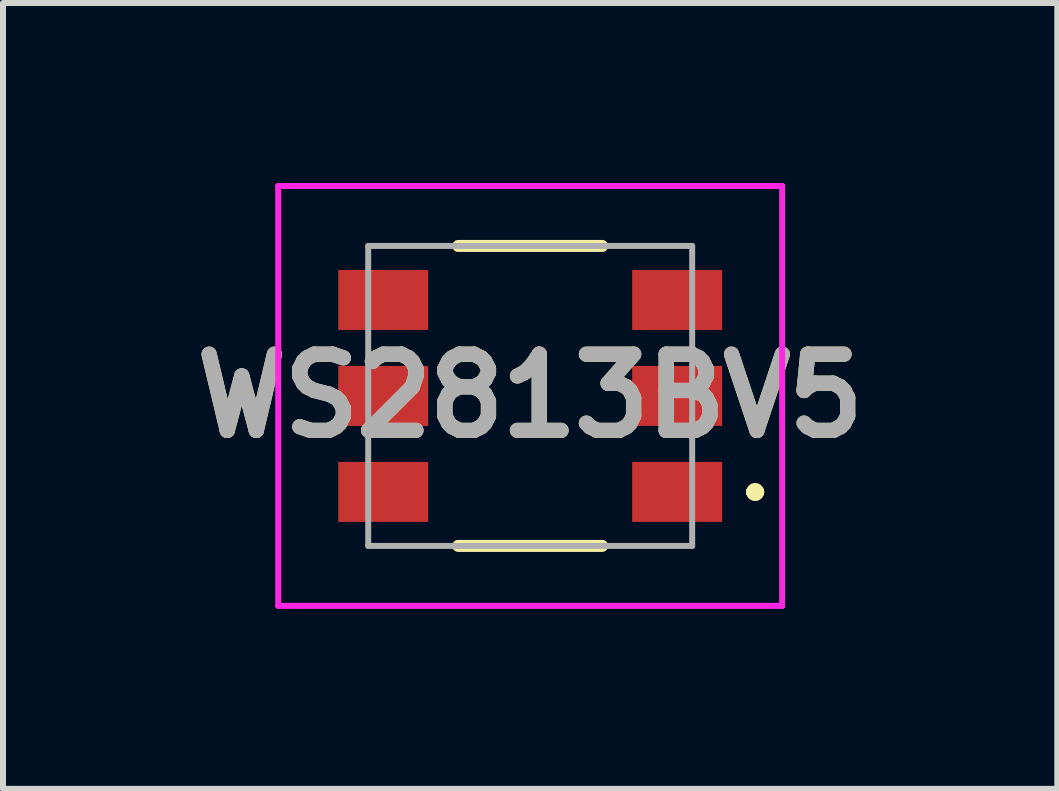
<source format=kicad_pcb>
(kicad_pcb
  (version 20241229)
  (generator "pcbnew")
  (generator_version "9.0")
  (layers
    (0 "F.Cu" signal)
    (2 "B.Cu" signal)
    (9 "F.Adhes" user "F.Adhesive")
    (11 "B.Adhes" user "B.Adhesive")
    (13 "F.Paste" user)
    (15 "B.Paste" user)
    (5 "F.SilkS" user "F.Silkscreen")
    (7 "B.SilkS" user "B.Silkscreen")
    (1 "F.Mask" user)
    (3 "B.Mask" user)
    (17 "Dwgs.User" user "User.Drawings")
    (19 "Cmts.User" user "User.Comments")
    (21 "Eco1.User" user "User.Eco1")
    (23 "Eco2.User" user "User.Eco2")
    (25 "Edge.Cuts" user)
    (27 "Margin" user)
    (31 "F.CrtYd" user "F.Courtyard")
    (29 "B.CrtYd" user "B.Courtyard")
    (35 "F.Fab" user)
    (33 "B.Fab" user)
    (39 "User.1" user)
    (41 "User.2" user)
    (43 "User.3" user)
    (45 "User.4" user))
  (footprint "WS2813BV5"
    (layer "F.Cu")
    (at 5.788 3.55)
    (property "Reference" "WS2813BV5" (at 0 0 0) (layer "F.SilkS") (effects (font (size 1.27 1.27) (thickness 0.254))))
    (attr smd)
    (fp_line (start -1.2 -2.5) (end 1.2 -2.5) (stroke (width 0.2) (type solid)) (layer "F.SilkS"))
    (fp_line (start -1.2 2.5) (end 1.2 2.5) (stroke (width 0.2) (type solid)) (layer "F.SilkS"))
    (fp_line (start 3.7 1.6) (end 3.7 1.6) (stroke (width 0.2) (type solid)) (layer "F.SilkS"))
    (fp_line (start 3.7 1.6) (end 3.7 1.6) (stroke (width 0.2) (type solid)) (layer "F.SilkS"))
    (fp_line (start 3.8 1.6) (end 3.8 1.6) (stroke (width 0.2) (type solid)) (layer "F.SilkS"))
    (fp_arc (start 3.7 1.6) (mid 3.75 1.55) (end 3.8 1.6) (stroke (width 0.2) (type solid)) (layer "F.SilkS"))
    (fp_arc (start 3.8 1.6) (mid 3.75 1.65) (end 3.7 1.6) (stroke (width 0.2) (type solid)) (layer "F.SilkS"))
    (fp_arc (start 3.8 1.6) (mid 3.75 1.65) (end 3.7 1.6) (stroke (width 0.2) (type solid)) (layer "F.SilkS"))
    (fp_line (start -4.2 -3.5) (end 4.2 -3.5) (stroke (width 0.1) (type solid)) (layer "F.CrtYd"))
    (fp_line (start -4.2 3.5) (end -4.2 -3.5) (stroke (width 0.1) (type solid)) (layer "F.CrtYd"))
    (fp_line (start 4.2 -3.5) (end 4.2 3.5) (stroke (width 0.1) (type solid)) (layer "F.CrtYd"))
    (fp_line (start 4.2 3.5) (end -4.2 3.5) (stroke (width 0.1) (type solid)) (layer "F.CrtYd"))
    (fp_line (start -2.7 -2.5) (end -2.7 2.5) (stroke (width 0.1) (type solid)) (layer "F.Fab"))
    (fp_line (start -2.7 2.5) (end 2.7 2.5) (stroke (width 0.1) (type solid)) (layer "F.Fab"))
    (fp_line (start 2.7 -2.5) (end -2.7 -2.5) (stroke (width 0.1) (type solid)) (layer "F.Fab"))
    (fp_line (start 2.7 2.5) (end 2.7 -2.5) (stroke (width 0.1) (type solid)) (layer "F.Fab"))
    (fp_text user "${REFERENCE}" (at 0 0 0) (layer "F.Fab") (effects (font (size 1.27 1.27) (thickness 0.254))))
    (pad "1" smd rect (at 2.45 1.6 90) (size 1 1.5) (layers "F.Cu" "F.Mask" "F.Paste"))
    (pad "2" smd rect (at 2.45 0 90) (size 1 1.5) (layers "F.Cu" "F.Mask" "F.Paste"))
    (pad "3" smd rect (at 2.45 -1.6 90) (size 1 1.5) (layers "F.Cu" "F.Mask" "F.Paste"))
    (pad "4" smd rect (at -2.45 -1.6 90) (size 1 1.5) (layers "F.Cu" "F.Mask" "F.Paste"))
    (pad "5" smd rect (at -2.45 0 90) (size 1 1.5) (layers "F.Cu" "F.Mask" "F.Paste"))
    (pad "6" smd rect (at -2.45 1.6 90) (size 1 1.5) (layers "F.Cu" "F.Mask" "F.Paste")))
  (gr_rect
    (start -3 -3)
    (end 14.575 10.1)
    (stroke (width 0.1) (type default))
    (fill no)
    (layer "Edge.Cuts")))
</source>
